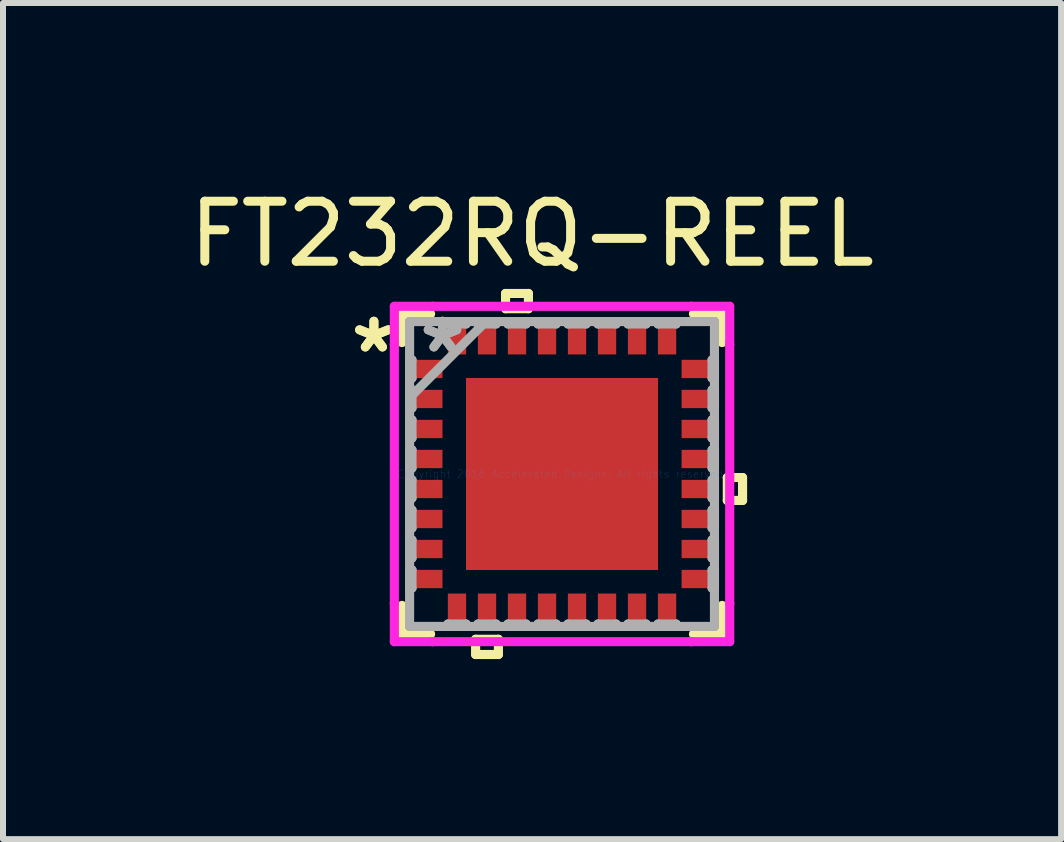
<source format=kicad_pcb>
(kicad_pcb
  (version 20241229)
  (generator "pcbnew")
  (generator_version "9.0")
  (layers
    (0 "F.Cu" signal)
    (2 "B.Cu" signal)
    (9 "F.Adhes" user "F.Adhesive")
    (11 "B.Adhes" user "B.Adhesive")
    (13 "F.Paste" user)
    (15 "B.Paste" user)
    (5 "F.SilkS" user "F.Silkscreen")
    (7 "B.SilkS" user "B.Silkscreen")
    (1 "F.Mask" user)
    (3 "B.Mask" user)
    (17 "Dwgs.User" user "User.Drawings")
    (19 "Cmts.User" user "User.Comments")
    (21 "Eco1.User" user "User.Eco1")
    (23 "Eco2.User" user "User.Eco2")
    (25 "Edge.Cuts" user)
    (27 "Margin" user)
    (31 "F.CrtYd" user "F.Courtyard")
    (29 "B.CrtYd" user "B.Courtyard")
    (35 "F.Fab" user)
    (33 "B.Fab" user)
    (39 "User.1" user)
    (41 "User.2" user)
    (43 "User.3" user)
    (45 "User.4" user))
  (footprint "FT232RQ-REEL"
    (layer "F.Cu")
    (at 6.315 4.848)
    (property "Reference" "FT232RQ-REEL" (at -0.5 -4 0) (layer "F.SilkS") (effects (font (size 1 1) (thickness 0.15))))
    (attr smd)
    (fp_line (start -2.667 -2.667) (end -2.667 -2.19) (stroke (width 0.152) (type solid)) (layer "F.SilkS"))
    (fp_line (start -2.667 2.19) (end -2.667 2.667) (stroke (width 0.152) (type solid)) (layer "F.SilkS"))
    (fp_line (start -2.667 2.667) (end -2.19 2.667) (stroke (width 0.152) (type solid)) (layer "F.SilkS"))
    (fp_line (start -2.19 -2.667) (end -2.667 -2.667) (stroke (width 0.152) (type solid)) (layer "F.SilkS"))
    (fp_line (start -1.44 2.754) (end -1.44 3.008) (stroke (width 0.152) (type solid)) (layer "F.SilkS"))
    (fp_line (start -1.44 3.008) (end -1.06 3.008) (stroke (width 0.152) (type solid)) (layer "F.SilkS"))
    (fp_line (start -1.06 2.754) (end -1.44 2.754) (stroke (width 0.152) (type solid)) (layer "F.SilkS"))
    (fp_line (start -1.06 3.008) (end -1.06 2.754) (stroke (width 0.152) (type solid)) (layer "F.SilkS"))
    (fp_line (start -0.941 -3.008) (end -0.56 -3.008) (stroke (width 0.152) (type solid)) (layer "F.SilkS"))
    (fp_line (start -0.941 -2.754) (end -0.941 -3.008) (stroke (width 0.152) (type solid)) (layer "F.SilkS"))
    (fp_line (start -0.56 -3.008) (end -0.56 -2.754) (stroke (width 0.152) (type solid)) (layer "F.SilkS"))
    (fp_line (start -0.56 -2.754) (end -0.941 -2.754) (stroke (width 0.152) (type solid)) (layer "F.SilkS"))
    (fp_line (start 2.19 2.667) (end 2.667 2.667) (stroke (width 0.152) (type solid)) (layer "F.SilkS"))
    (fp_line (start 2.667 -2.667) (end 2.19 -2.667) (stroke (width 0.152) (type solid)) (layer "F.SilkS"))
    (fp_line (start 2.667 -2.19) (end 2.667 -2.667) (stroke (width 0.152) (type solid)) (layer "F.SilkS"))
    (fp_line (start 2.667 2.667) (end 2.667 2.19) (stroke (width 0.152) (type solid)) (layer "F.SilkS"))
    (fp_line (start 2.754 0.059) (end 3.008 0.059) (stroke (width 0.152) (type solid)) (layer "F.SilkS"))
    (fp_line (start 2.754 0.441) (end 2.754 0.059) (stroke (width 0.152) (type solid)) (layer "F.SilkS"))
    (fp_line (start 3.008 0.059) (end 3.008 0.441) (stroke (width 0.152) (type solid)) (layer "F.SilkS"))
    (fp_line (start 3.008 0.441) (end 2.754 0.441) (stroke (width 0.152) (type solid)) (layer "F.SilkS"))
    (fp_line (start -1.5 -1.5) (end -1.5 -0.1) (stroke (width 0.152) (type solid)) (layer "F.Paste"))
    (fp_line (start -1.5 -0.1) (end -0.1 -0.1) (stroke (width 0.152) (type solid)) (layer "F.Paste"))
    (fp_line (start -1.5 0.1) (end -1.5 1.5) (stroke (width 0.152) (type solid)) (layer "F.Paste"))
    (fp_line (start -1.5 1.5) (end -0.1 1.5) (stroke (width 0.152) (type solid)) (layer "F.Paste"))
    (fp_line (start -0.1 -1.5) (end -1.5 -1.5) (stroke (width 0.152) (type solid)) (layer "F.Paste"))
    (fp_line (start -0.1 -0.1) (end -0.1 -1.5) (stroke (width 0.152) (type solid)) (layer "F.Paste"))
    (fp_line (start -0.1 0.1) (end -1.5 0.1) (stroke (width 0.152) (type solid)) (layer "F.Paste"))
    (fp_line (start -0.1 1.5) (end -0.1 0.1) (stroke (width 0.152) (type solid)) (layer "F.Paste"))
    (fp_line (start 0.1 -1.5) (end 0.1 -0.1) (stroke (width 0.152) (type solid)) (layer "F.Paste"))
    (fp_line (start 0.1 -0.1) (end 1.5 -0.1) (stroke (width 0.152) (type solid)) (layer "F.Paste"))
    (fp_line (start 0.1 0.1) (end 0.1 1.5) (stroke (width 0.152) (type solid)) (layer "F.Paste"))
    (fp_line (start 0.1 1.5) (end 1.5 1.5) (stroke (width 0.152) (type solid)) (layer "F.Paste"))
    (fp_line (start 1.5 -1.5) (end 0.1 -1.5) (stroke (width 0.152) (type solid)) (layer "F.Paste"))
    (fp_line (start 1.5 -0.1) (end 1.5 -1.5) (stroke (width 0.152) (type solid)) (layer "F.Paste"))
    (fp_line (start 1.5 0.1) (end 0.1 0.1) (stroke (width 0.152) (type solid)) (layer "F.Paste"))
    (fp_line (start 1.5 1.5) (end 1.5 0.1) (stroke (width 0.152) (type solid)) (layer "F.Paste"))
    (fp_line (start -2.794 -2.794) (end -2.156 -2.794) (stroke (width 0.152) (type solid)) (layer "F.CrtYd"))
    (fp_line (start -2.794 -2.156) (end -2.794 -2.794) (stroke (width 0.152) (type solid)) (layer "F.CrtYd"))
    (fp_line (start -2.794 -2.156) (end -2.794 -2.156) (stroke (width 0.152) (type solid)) (layer "F.CrtYd"))
    (fp_line (start -2.794 2.156) (end -2.794 -2.156) (stroke (width 0.152) (type solid)) (layer "F.CrtYd"))
    (fp_line (start -2.794 2.156) (end -2.794 2.156) (stroke (width 0.152) (type solid)) (layer "F.CrtYd"))
    (fp_line (start -2.794 2.794) (end -2.794 2.156) (stroke (width 0.152) (type solid)) (layer "F.CrtYd"))
    (fp_line (start -2.156 -2.794) (end -2.156 -2.794) (stroke (width 0.152) (type solid)) (layer "F.CrtYd"))
    (fp_line (start -2.156 -2.794) (end 2.156 -2.794) (stroke (width 0.152) (type solid)) (layer "F.CrtYd"))
    (fp_line (start -2.156 2.794) (end -2.794 2.794) (stroke (width 0.152) (type solid)) (layer "F.CrtYd"))
    (fp_line (start -2.156 2.794) (end -2.156 2.794) (stroke (width 0.152) (type solid)) (layer "F.CrtYd"))
    (fp_line (start 2.156 -2.794) (end 2.156 -2.794) (stroke (width 0.152) (type solid)) (layer "F.CrtYd"))
    (fp_line (start 2.156 -2.794) (end 2.794 -2.794) (stroke (width 0.152) (type solid)) (layer "F.CrtYd"))
    (fp_line (start 2.156 2.794) (end -2.156 2.794) (stroke (width 0.152) (type solid)) (layer "F.CrtYd"))
    (fp_line (start 2.156 2.794) (end 2.156 2.794) (stroke (width 0.152) (type solid)) (layer "F.CrtYd"))
    (fp_line (start 2.794 -2.794) (end 2.794 -2.156) (stroke (width 0.152) (type solid)) (layer "F.CrtYd"))
    (fp_line (start 2.794 -2.156) (end 2.794 -2.156) (stroke (width 0.152) (type solid)) (layer "F.CrtYd"))
    (fp_line (start 2.794 -2.156) (end 2.794 2.156) (stroke (width 0.152) (type solid)) (layer "F.CrtYd"))
    (fp_line (start 2.794 2.156) (end 2.794 2.156) (stroke (width 0.152) (type solid)) (layer "F.CrtYd"))
    (fp_line (start 2.794 2.156) (end 2.794 2.794) (stroke (width 0.152) (type solid)) (layer "F.CrtYd"))
    (fp_line (start 2.794 2.794) (end 2.156 2.794) (stroke (width 0.152) (type solid)) (layer "F.CrtYd"))
    (fp_line (start -2.54 -2.54) (end -2.54 -2.54) (stroke (width 0.152) (type solid)) (layer "F.Fab"))
    (fp_line (start -2.54 -2.54) (end -2.54 2.54) (stroke (width 0.152) (type solid)) (layer "F.Fab"))
    (fp_line (start -2.54 -1.902) (end -2.5 -1.902) (stroke (width 0.152) (type solid)) (layer "F.Fab"))
    (fp_line (start -2.54 -1.598) (end -2.54 -1.902) (stroke (width 0.152) (type solid)) (layer "F.Fab"))
    (fp_line (start -2.54 -1.402) (end -2.5 -1.402) (stroke (width 0.152) (type solid)) (layer "F.Fab"))
    (fp_line (start -2.54 -1.27) (end -1.27 -2.54) (stroke (width 0.152) (type solid)) (layer "F.Fab"))
    (fp_line (start -2.54 -1.098) (end -2.54 -1.402) (stroke (width 0.152) (type solid)) (layer "F.Fab"))
    (fp_line (start -2.54 -0.902) (end -2.5 -0.902) (stroke (width 0.152) (type solid)) (layer "F.Fab"))
    (fp_line (start -2.54 -0.598) (end -2.54 -0.902) (stroke (width 0.152) (type solid)) (layer "F.Fab"))
    (fp_line (start -2.54 -0.402) (end -2.5 -0.402) (stroke (width 0.152) (type solid)) (layer "F.Fab"))
    (fp_line (start -2.54 -0.098) (end -2.54 -0.402) (stroke (width 0.152) (type solid)) (layer "F.Fab"))
    (fp_line (start -2.54 0.098) (end -2.5 0.098) (stroke (width 0.152) (type solid)) (layer "F.Fab"))
    (fp_line (start -2.54 0.402) (end -2.54 0.098) (stroke (width 0.152) (type solid)) (layer "F.Fab"))
    (fp_line (start -2.54 0.598) (end -2.5 0.598) (stroke (width 0.152) (type solid)) (layer "F.Fab"))
    (fp_line (start -2.54 0.902) (end -2.54 0.598) (stroke (width 0.152) (type solid)) (layer "F.Fab"))
    (fp_line (start -2.54 1.098) (end -2.5 1.098) (stroke (width 0.152) (type solid)) (layer "F.Fab"))
    (fp_line (start -2.54 1.402) (end -2.54 1.098) (stroke (width 0.152) (type solid)) (layer "F.Fab"))
    (fp_line (start -2.54 1.598) (end -2.5 1.598) (stroke (width 0.152) (type solid)) (layer "F.Fab"))
    (fp_line (start -2.54 1.902) (end -2.54 1.598) (stroke (width 0.152) (type solid)) (layer "F.Fab"))
    (fp_line (start -2.54 2.54) (end -2.54 2.54) (stroke (width 0.152) (type solid)) (layer "F.Fab"))
    (fp_line (start -2.54 2.54) (end 2.54 2.54) (stroke (width 0.152) (type solid)) (layer "F.Fab"))
    (fp_line (start -2.5 -1.902) (end -2.5 -1.598) (stroke (width 0.152) (type solid)) (layer "F.Fab"))
    (fp_line (start -2.5 -1.598) (end -2.54 -1.598) (stroke (width 0.152) (type solid)) (layer "F.Fab"))
    (fp_line (start -2.5 -1.402) (end -2.5 -1.098) (stroke (width 0.152) (type solid)) (layer "F.Fab"))
    (fp_line (start -2.5 -1.098) (end -2.54 -1.098) (stroke (width 0.152) (type solid)) (layer "F.Fab"))
    (fp_line (start -2.5 -0.902) (end -2.5 -0.598) (stroke (width 0.152) (type solid)) (layer "F.Fab"))
    (fp_line (start -2.5 -0.598) (end -2.54 -0.598) (stroke (width 0.152) (type solid)) (layer "F.Fab"))
    (fp_line (start -2.5 -0.402) (end -2.5 -0.098) (stroke (width 0.152) (type solid)) (layer "F.Fab"))
    (fp_line (start -2.5 -0.098) (end -2.54 -0.098) (stroke (width 0.152) (type solid)) (layer "F.Fab"))
    (fp_line (start -2.5 0.098) (end -2.5 0.402) (stroke (width 0.152) (type solid)) (layer "F.Fab"))
    (fp_line (start -2.5 0.402) (end -2.54 0.402) (stroke (width 0.152) (type solid)) (layer "F.Fab"))
    (fp_line (start -2.5 0.598) (end -2.5 0.902) (stroke (width 0.152) (type solid)) (layer "F.Fab"))
    (fp_line (start -2.5 0.902) (end -2.54 0.902) (stroke (width 0.152) (type solid)) (layer "F.Fab"))
    (fp_line (start -2.5 1.098) (end -2.5 1.402) (stroke (width 0.152) (type solid)) (layer "F.Fab"))
    (fp_line (start -2.5 1.402) (end -2.54 1.402) (stroke (width 0.152) (type solid)) (layer "F.Fab"))
    (fp_line (start -2.5 1.598) (end -2.5 1.902) (stroke (width 0.152) (type solid)) (layer "F.Fab"))
    (fp_line (start -2.5 1.902) (end -2.54 1.902) (stroke (width 0.152) (type solid)) (layer "F.Fab"))
    (fp_line (start -1.902 -2.54) (end -1.598 -2.54) (stroke (width 0.152) (type solid)) (layer "F.Fab"))
    (fp_line (start -1.902 -2.5) (end -1.902 -2.54) (stroke (width 0.152) (type solid)) (layer "F.Fab"))
    (fp_line (start -1.902 2.5) (end -1.598 2.5) (stroke (width 0.152) (type solid)) (layer "F.Fab"))
    (fp_line (start -1.902 2.54) (end -1.902 2.5) (stroke (width 0.152) (type solid)) (layer "F.Fab"))
    (fp_line (start -1.598 -2.54) (end -1.598 -2.5) (stroke (width 0.152) (type solid)) (layer "F.Fab"))
    (fp_line (start -1.598 -2.5) (end -1.902 -2.5) (stroke (width 0.152) (type solid)) (layer "F.Fab"))
    (fp_line (start -1.598 2.5) (end -1.598 2.54) (stroke (width 0.152) (type solid)) (layer "F.Fab"))
    (fp_line (start -1.598 2.54) (end -1.902 2.54) (stroke (width 0.152) (type solid)) (layer "F.Fab"))
    (fp_line (start -1.402 -2.54) (end -1.098 -2.54) (stroke (width 0.152) (type solid)) (layer "F.Fab"))
    (fp_line (start -1.402 -2.5) (end -1.402 -2.54) (stroke (width 0.152) (type solid)) (layer "F.Fab"))
    (fp_line (start -1.402 2.5) (end -1.098 2.5) (stroke (width 0.152) (type solid)) (layer "F.Fab"))
    (fp_line (start -1.402 2.54) (end -1.402 2.5) (stroke (width 0.152) (type solid)) (layer "F.Fab"))
    (fp_line (start -1.098 -2.54) (end -1.098 -2.5) (stroke (width 0.152) (type solid)) (layer "F.Fab"))
    (fp_line (start -1.098 -2.5) (end -1.402 -2.5) (stroke (width 0.152) (type solid)) (layer "F.Fab"))
    (fp_line (start -1.098 2.5) (end -1.098 2.54) (stroke (width 0.152) (type solid)) (layer "F.Fab"))
    (fp_line (start -1.098 2.54) (end -1.402 2.54) (stroke (width 0.152) (type solid)) (layer "F.Fab"))
    (fp_line (start -0.902 -2.54) (end -0.598 -2.54) (stroke (width 0.152) (type solid)) (layer "F.Fab"))
    (fp_line (start -0.902 -2.5) (end -0.902 -2.54) (stroke (width 0.152) (type solid)) (layer "F.Fab"))
    (fp_line (start -0.902 2.5) (end -0.598 2.5) (stroke (width 0.152) (type solid)) (layer "F.Fab"))
    (fp_line (start -0.902 2.54) (end -0.902 2.5) (stroke (width 0.152) (type solid)) (layer "F.Fab"))
    (fp_line (start -0.598 -2.54) (end -0.598 -2.5) (stroke (width 0.152) (type solid)) (layer "F.Fab"))
    (fp_line (start -0.598 -2.5) (end -0.902 -2.5) (stroke (width 0.152) (type solid)) (layer "F.Fab"))
    (fp_line (start -0.598 2.5) (end -0.598 2.54) (stroke (width 0.152) (type solid)) (layer "F.Fab"))
    (fp_line (start -0.598 2.54) (end -0.902 2.54) (stroke (width 0.152) (type solid)) (layer "F.Fab"))
    (fp_line (start -0.402 -2.54) (end -0.098 -2.54) (stroke (width 0.152) (type solid)) (layer "F.Fab"))
    (fp_line (start -0.402 -2.5) (end -0.402 -2.54) (stroke (width 0.152) (type solid)) (layer "F.Fab"))
    (fp_line (start -0.402 2.5) (end -0.098 2.5) (stroke (width 0.152) (type solid)) (layer "F.Fab"))
    (fp_line (start -0.402 2.54) (end -0.402 2.5) (stroke (width 0.152) (type solid)) (layer "F.Fab"))
    (fp_line (start -0.098 -2.54) (end -0.098 -2.5) (stroke (width 0.152) (type solid)) (layer "F.Fab"))
    (fp_line (start -0.098 -2.5) (end -0.402 -2.5) (stroke (width 0.152) (type solid)) (layer "F.Fab"))
    (fp_line (start -0.098 2.5) (end -0.098 2.54) (stroke (width 0.152) (type solid)) (layer "F.Fab"))
    (fp_line (start -0.098 2.54) (end -0.402 2.54) (stroke (width 0.152) (type solid)) (layer "F.Fab"))
    (fp_line (start 0.098 -2.54) (end 0.402 -2.54) (stroke (width 0.152) (type solid)) (layer "F.Fab"))
    (fp_line (start 0.098 -2.5) (end 0.098 -2.54) (stroke (width 0.152) (type solid)) (layer "F.Fab"))
    (fp_line (start 0.098 2.5) (end 0.402 2.5) (stroke (width 0.152) (type solid)) (layer "F.Fab"))
    (fp_line (start 0.098 2.54) (end 0.098 2.5) (stroke (width 0.152) (type solid)) (layer "F.Fab"))
    (fp_line (start 0.402 -2.54) (end 0.402 -2.5) (stroke (width 0.152) (type solid)) (layer "F.Fab"))
    (fp_line (start 0.402 -2.5) (end 0.098 -2.5) (stroke (width 0.152) (type solid)) (layer "F.Fab"))
    (fp_line (start 0.402 2.5) (end 0.402 2.54) (stroke (width 0.152) (type solid)) (layer "F.Fab"))
    (fp_line (start 0.402 2.54) (end 0.098 2.54) (stroke (width 0.152) (type solid)) (layer "F.Fab"))
    (fp_line (start 0.598 -2.54) (end 0.902 -2.54) (stroke (width 0.152) (type solid)) (layer "F.Fab"))
    (fp_line (start 0.598 -2.5) (end 0.598 -2.54) (stroke (width 0.152) (type solid)) (layer "F.Fab"))
    (fp_line (start 0.598 2.5) (end 0.902 2.5) (stroke (width 0.152) (type solid)) (layer "F.Fab"))
    (fp_line (start 0.598 2.54) (end 0.598 2.5) (stroke (width 0.152) (type solid)) (layer "F.Fab"))
    (fp_line (start 0.902 -2.54) (end 0.902 -2.5) (stroke (width 0.152) (type solid)) (layer "F.Fab"))
    (fp_line (start 0.902 -2.5) (end 0.598 -2.5) (stroke (width 0.152) (type solid)) (layer "F.Fab"))
    (fp_line (start 0.902 2.5) (end 0.902 2.54) (stroke (width 0.152) (type solid)) (layer "F.Fab"))
    (fp_line (start 0.902 2.54) (end 0.598 2.54) (stroke (width 0.152) (type solid)) (layer "F.Fab"))
    (fp_line (start 1.098 -2.54) (end 1.402 -2.54) (stroke (width 0.152) (type solid)) (layer "F.Fab"))
    (fp_line (start 1.098 -2.5) (end 1.098 -2.54) (stroke (width 0.152) (type solid)) (layer "F.Fab"))
    (fp_line (start 1.098 2.5) (end 1.402 2.5) (stroke (width 0.152) (type solid)) (layer "F.Fab"))
    (fp_line (start 1.098 2.54) (end 1.098 2.5) (stroke (width 0.152) (type solid)) (layer "F.Fab"))
    (fp_line (start 1.402 -2.54) (end 1.402 -2.5) (stroke (width 0.152) (type solid)) (layer "F.Fab"))
    (fp_line (start 1.402 -2.5) (end 1.098 -2.5) (stroke (width 0.152) (type solid)) (layer "F.Fab"))
    (fp_line (start 1.402 2.5) (end 1.402 2.54) (stroke (width 0.152) (type solid)) (layer "F.Fab"))
    (fp_line (start 1.402 2.54) (end 1.098 2.54) (stroke (width 0.152) (type solid)) (layer "F.Fab"))
    (fp_line (start 1.598 -2.54) (end 1.902 -2.54) (stroke (width 0.152) (type solid)) (layer "F.Fab"))
    (fp_line (start 1.598 -2.5) (end 1.598 -2.54) (stroke (width 0.152) (type solid)) (layer "F.Fab"))
    (fp_line (start 1.598 2.5) (end 1.902 2.5) (stroke (width 0.152) (type solid)) (layer "F.Fab"))
    (fp_line (start 1.598 2.54) (end 1.598 2.5) (stroke (width 0.152) (type solid)) (layer "F.Fab"))
    (fp_line (start 1.902 -2.54) (end 1.902 -2.5) (stroke (width 0.152) (type solid)) (layer "F.Fab"))
    (fp_line (start 1.902 -2.5) (end 1.598 -2.5) (stroke (width 0.152) (type solid)) (layer "F.Fab"))
    (fp_line (start 1.902 2.5) (end 1.902 2.54) (stroke (width 0.152) (type solid)) (layer "F.Fab"))
    (fp_line (start 1.902 2.54) (end 1.598 2.54) (stroke (width 0.152) (type solid)) (layer "F.Fab"))
    (fp_line (start 2.5 -1.902) (end 2.54 -1.902) (stroke (width 0.152) (type solid)) (layer "F.Fab"))
    (fp_line (start 2.5 -1.598) (end 2.5 -1.902) (stroke (width 0.152) (type solid)) (layer "F.Fab"))
    (fp_line (start 2.5 -1.402) (end 2.54 -1.402) (stroke (width 0.152) (type solid)) (layer "F.Fab"))
    (fp_line (start 2.5 -1.098) (end 2.5 -1.402) (stroke (width 0.152) (type solid)) (layer "F.Fab"))
    (fp_line (start 2.5 -0.902) (end 2.54 -0.902) (stroke (width 0.152) (type solid)) (layer "F.Fab"))
    (fp_line (start 2.5 -0.598) (end 2.5 -0.902) (stroke (width 0.152) (type solid)) (layer "F.Fab"))
    (fp_line (start 2.5 -0.402) (end 2.54 -0.402) (stroke (width 0.152) (type solid)) (layer "F.Fab"))
    (fp_line (start 2.5 -0.098) (end 2.5 -0.402) (stroke (width 0.152) (type solid)) (layer "F.Fab"))
    (fp_line (start 2.5 0.098) (end 2.54 0.098) (stroke (width 0.152) (type solid)) (layer "F.Fab"))
    (fp_line (start 2.5 0.402) (end 2.5 0.098) (stroke (width 0.152) (type solid)) (layer "F.Fab"))
    (fp_line (start 2.5 0.598) (end 2.54 0.598) (stroke (width 0.152) (type solid)) (layer "F.Fab"))
    (fp_line (start 2.5 0.902) (end 2.5 0.598) (stroke (width 0.152) (type solid)) (layer "F.Fab"))
    (fp_line (start 2.5 1.098) (end 2.54 1.098) (stroke (width 0.152) (type solid)) (layer "F.Fab"))
    (fp_line (start 2.5 1.402) (end 2.5 1.098) (stroke (width 0.152) (type solid)) (layer "F.Fab"))
    (fp_line (start 2.5 1.598) (end 2.54 1.598) (stroke (width 0.152) (type solid)) (layer "F.Fab"))
    (fp_line (start 2.5 1.902) (end 2.5 1.598) (stroke (width 0.152) (type solid)) (layer "F.Fab"))
    (fp_line (start 2.54 -2.54) (end -2.54 -2.54) (stroke (width 0.152) (type solid)) (layer "F.Fab"))
    (fp_line (start 2.54 -2.54) (end 2.54 -2.54) (stroke (width 0.152) (type solid)) (layer "F.Fab"))
    (fp_line (start 2.54 -1.902) (end 2.54 -1.598) (stroke (width 0.152) (type solid)) (layer "F.Fab"))
    (fp_line (start 2.54 -1.598) (end 2.5 -1.598) (stroke (width 0.152) (type solid)) (layer "F.Fab"))
    (fp_line (start 2.54 -1.402) (end 2.54 -1.098) (stroke (width 0.152) (type solid)) (layer "F.Fab"))
    (fp_line (start 2.54 -1.098) (end 2.5 -1.098) (stroke (width 0.152) (type solid)) (layer "F.Fab"))
    (fp_line (start 2.54 -0.902) (end 2.54 -0.598) (stroke (width 0.152) (type solid)) (layer "F.Fab"))
    (fp_line (start 2.54 -0.598) (end 2.5 -0.598) (stroke (width 0.152) (type solid)) (layer "F.Fab"))
    (fp_line (start 2.54 -0.402) (end 2.54 -0.098) (stroke (width 0.152) (type solid)) (layer "F.Fab"))
    (fp_line (start 2.54 -0.098) (end 2.5 -0.098) (stroke (width 0.152) (type solid)) (layer "F.Fab"))
    (fp_line (start 2.54 0.098) (end 2.54 0.402) (stroke (width 0.152) (type solid)) (layer "F.Fab"))
    (fp_line (start 2.54 0.402) (end 2.5 0.402) (stroke (width 0.152) (type solid)) (layer "F.Fab"))
    (fp_line (start 2.54 0.598) (end 2.54 0.902) (stroke (width 0.152) (type solid)) (layer "F.Fab"))
    (fp_line (start 2.54 0.902) (end 2.5 0.902) (stroke (width 0.152) (type solid)) (layer "F.Fab"))
    (fp_line (start 2.54 1.098) (end 2.54 1.402) (stroke (width 0.152) (type solid)) (layer "F.Fab"))
    (fp_line (start 2.54 1.402) (end 2.5 1.402) (stroke (width 0.152) (type solid)) (layer "F.Fab"))
    (fp_line (start 2.54 1.598) (end 2.54 1.902) (stroke (width 0.152) (type solid)) (layer "F.Fab"))
    (fp_line (start 2.54 1.902) (end 2.5 1.902) (stroke (width 0.152) (type solid)) (layer "F.Fab"))
    (fp_line (start 2.54 2.54) (end 2.54 -2.54) (stroke (width 0.152) (type solid)) (layer "F.Fab"))
    (fp_line (start 2.54 2.54) (end 2.54 2.54) (stroke (width 0.152) (type solid)) (layer "F.Fab"))
    (fp_text user "*" (at -3.135 -2 0) (layer "F.SilkS") (effects (font (size 1 1) (thickness 0.15))))
    (fp_text user "*" (at -3.135 -2 0) (layer "F.SilkS") (effects (font (size 1 1) (thickness 0.15))))
    (fp_text user "Copyright 2016 Accelerated Designs. All rights reserved." (at 0 0 0) (layer "Cmts.User") (effects (font (size 0.127 0.127) (thickness 0.002))))
    (fp_text user "*" (at -1.992 -2 0) (layer "F.Fab") (effects (font (size 1 1) (thickness 0.15))))
    (fp_text user "*" (at -1.992 -2 0) (layer "F.Fab") (effects (font (size 1 1) (thickness 0.15))))
    (pad "1" smd rect (at -2.246 -1.75 90) (size 0.305 0.508) (layers "F.Cu" "F.Mask" "F.Paste"))
    (pad "2" smd rect (at -2.246 -1.25 90) (size 0.305 0.508) (layers "F.Cu" "F.Mask" "F.Paste"))
    (pad "3" smd rect (at -2.246 -0.75 90) (size 0.305 0.508) (layers "F.Cu" "F.Mask" "F.Paste"))
    (pad "4" smd rect (at -2.246 -0.25 90) (size 0.305 0.508) (layers "F.Cu" "F.Mask" "F.Paste"))
    (pad "5" smd rect (at -2.246 0.25 90) (size 0.305 0.508) (layers "F.Cu" "F.Mask" "F.Paste"))
    (pad "6" smd rect (at -2.246 0.75 90) (size 0.305 0.508) (layers "F.Cu" "F.Mask" "F.Paste"))
    (pad "7" smd rect (at -2.246 1.25 90) (size 0.305 0.508) (layers "F.Cu" "F.Mask" "F.Paste"))
    (pad "8" smd rect (at -2.246 1.75 90) (size 0.305 0.508) (layers "F.Cu" "F.Mask" "F.Paste"))
    (pad "9" smd rect (at -1.75 2.246) (size 0.305 0.508) (layers "F.Cu" "F.Mask" "F.Paste"))
    (pad "10" smd rect (at -1.25 2.246) (size 0.305 0.508) (layers "F.Cu" "F.Mask" "F.Paste"))
    (pad "11" smd rect (at -0.75 2.246) (size 0.305 0.508) (layers "F.Cu" "F.Mask" "F.Paste"))
    (pad "12" smd rect (at -0.25 2.246) (size 0.305 0.508) (layers "F.Cu" "F.Mask" "F.Paste"))
    (pad "13" smd rect (at 0.25 2.246) (size 0.305 0.508) (layers "F.Cu" "F.Mask" "F.Paste"))
    (pad "14" smd rect (at 0.75 2.246) (size 0.305 0.508) (layers "F.Cu" "F.Mask" "F.Paste"))
    (pad "15" smd rect (at 1.25 2.246) (size 0.305 0.508) (layers "F.Cu" "F.Mask" "F.Paste"))
    (pad "16" smd rect (at 1.75 2.246) (size 0.305 0.508) (layers "F.Cu" "F.Mask" "F.Paste"))
    (pad "17" smd rect (at 2.246 1.75 90) (size 0.305 0.508) (layers "F.Cu" "F.Mask" "F.Paste"))
    (pad "18" smd rect (at 2.246 1.25 90) (size 0.305 0.508) (layers "F.Cu" "F.Mask" "F.Paste"))
    (pad "19" smd rect (at 2.246 0.75 90) (size 0.305 0.508) (layers "F.Cu" "F.Mask" "F.Paste"))
    (pad "20" smd rect (at 2.246 0.25 90) (size 0.305 0.508) (layers "F.Cu" "F.Mask" "F.Paste"))
    (pad "21" smd rect (at 2.246 -0.25 90) (size 0.305 0.508) (layers "F.Cu" "F.Mask" "F.Paste"))
    (pad "22" smd rect (at 2.246 -0.75 90) (size 0.305 0.508) (layers "F.Cu" "F.Mask" "F.Paste"))
    (pad "23" smd rect (at 2.246 -1.25 90) (size 0.305 0.508) (layers "F.Cu" "F.Mask" "F.Paste"))
    (pad "24" smd rect (at 2.246 -1.75 90) (size 0.305 0.508) (layers "F.Cu" "F.Mask" "F.Paste"))
    (pad "25" smd rect (at 1.75 -2.246) (size 0.305 0.508) (layers "F.Cu" "F.Mask" "F.Paste"))
    (pad "26" smd rect (at 1.25 -2.246) (size 0.305 0.508) (layers "F.Cu" "F.Mask" "F.Paste"))
    (pad "27" smd rect (at 0.75 -2.246) (size 0.305 0.508) (layers "F.Cu" "F.Mask" "F.Paste"))
    (pad "28" smd rect (at 0.25 -2.246) (size 0.305 0.508) (layers "F.Cu" "F.Mask" "F.Paste"))
    (pad "29" smd rect (at -0.25 -2.246) (size 0.305 0.508) (layers "F.Cu" "F.Mask" "F.Paste"))
    (pad "30" smd rect (at -0.75 -2.246) (size 0.305 0.508) (layers "F.Cu" "F.Mask" "F.Paste"))
    (pad "31" smd rect (at -1.25 -2.246) (size 0.305 0.508) (layers "F.Cu" "F.Mask" "F.Paste"))
    (pad "32" smd rect (at -1.75 -2.246) (size 0.305 0.508) (layers "F.Cu" "F.Mask" "F.Paste"))
    (pad "33" smd rect (at 0 0) (size 3.2 3.2) (layers "F.Cu" "F.Mask" "F.Paste")))
  (gr_rect
    (start -3 -3)
    (end 14.631 10.932)
    (stroke (width 0.1) (type default))
    (fill no)
    (layer "Edge.Cuts")))
</source>
